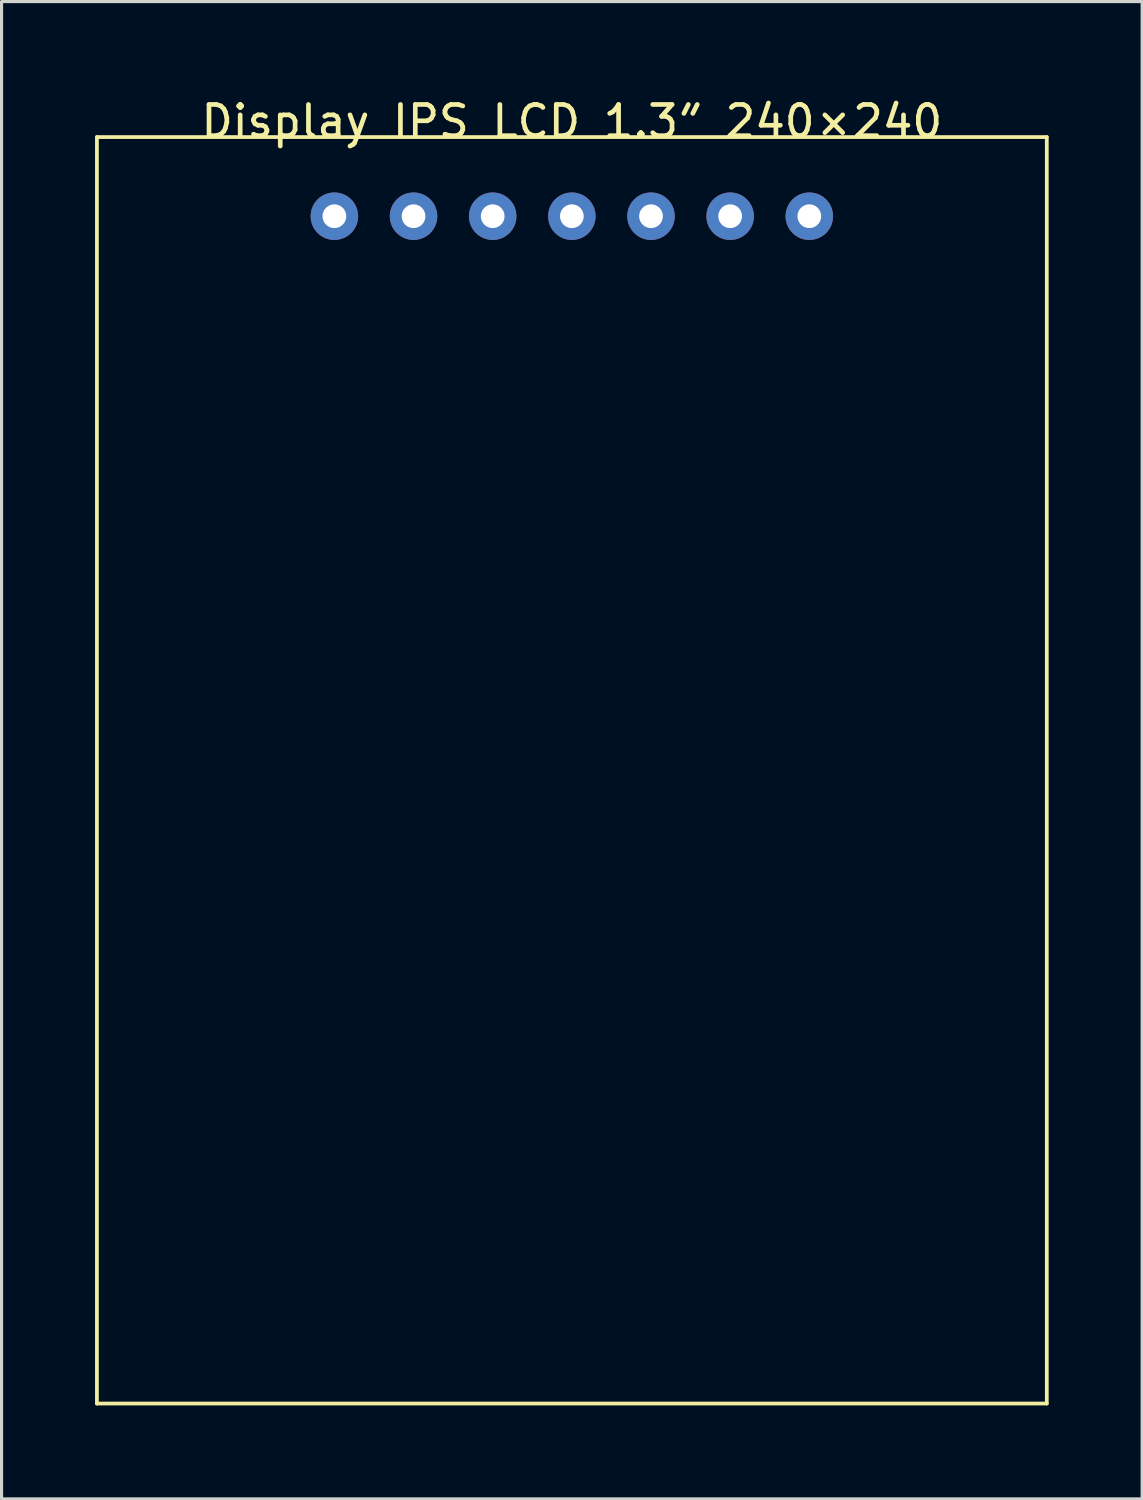
<source format=kicad_pcb>
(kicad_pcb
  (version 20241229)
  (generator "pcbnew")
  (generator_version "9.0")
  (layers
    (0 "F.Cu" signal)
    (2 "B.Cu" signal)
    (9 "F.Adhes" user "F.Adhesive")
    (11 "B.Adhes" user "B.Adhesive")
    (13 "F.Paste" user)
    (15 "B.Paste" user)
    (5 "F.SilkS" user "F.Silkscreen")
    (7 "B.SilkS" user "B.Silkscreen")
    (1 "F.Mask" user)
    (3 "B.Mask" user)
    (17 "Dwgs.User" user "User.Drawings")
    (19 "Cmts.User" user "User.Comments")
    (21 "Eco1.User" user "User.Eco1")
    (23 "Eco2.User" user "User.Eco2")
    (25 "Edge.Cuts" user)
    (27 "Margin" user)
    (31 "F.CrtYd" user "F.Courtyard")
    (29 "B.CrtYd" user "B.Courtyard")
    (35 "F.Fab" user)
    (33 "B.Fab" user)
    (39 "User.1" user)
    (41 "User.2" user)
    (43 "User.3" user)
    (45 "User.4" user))
  (footprint "Display IPS LCD 1.3″ 240×240"
    (layer "F.Cu")
    (at 15.3 1.348)
    (property "Reference" "Display IPS LCD 1.3″ 240×240" (at 0 -0.5 0) (unlocked yes) (layer "F.SilkS") (effects (font (size 1 1) (thickness 0.15))))
    (fp_line (start -15.24 0) (end -15.24 40.64) (stroke (width 0.12) (type solid)) (layer "F.SilkS"))
    (fp_line (start -15.24 40.64) (end 15.24 40.64) (stroke (width 0.12) (type solid)) (layer "F.SilkS"))
    (fp_line (start 15.24 0) (end -15.24 0) (stroke (width 0.12) (type solid)) (layer "F.SilkS"))
    (fp_line (start 15.24 40.64) (end 15.24 0) (stroke (width 0.12) (type solid)) (layer "F.SilkS"))
    (pad "1" thru_hole circle (at -7.62 2.54) (size 1.524 1.524) (drill 0.762) (layers "*.Cu" "*.Mask"))
    (pad "2" thru_hole circle (at -5.08 2.54) (size 1.524 1.524) (drill 0.762) (layers "*.Cu" "*.Mask"))
    (pad "3" thru_hole circle (at -2.54 2.54) (size 1.524 1.524) (drill 0.762) (layers "*.Cu" "*.Mask"))
    (pad "4" thru_hole circle (at 0 2.54) (size 1.524 1.524) (drill 0.762) (layers "*.Cu" "*.Mask"))
    (pad "5" thru_hole circle (at 2.54 2.54) (size 1.524 1.524) (drill 0.762) (layers "*.Cu" "*.Mask"))
    (pad "6" thru_hole circle (at 5.08 2.54) (size 1.524 1.524) (drill 0.762) (layers "*.Cu" "*.Mask"))
    (pad "7" thru_hole circle (at 7.62 2.54) (size 1.524 1.524) (drill 0.762) (layers "*.Cu" "*.Mask")))
  (gr_rect
    (start -3 -3)
    (end 33.6 45.048)
    (stroke (width 0.1) (type default))
    (fill no)
    (layer "Edge.Cuts")))
</source>
